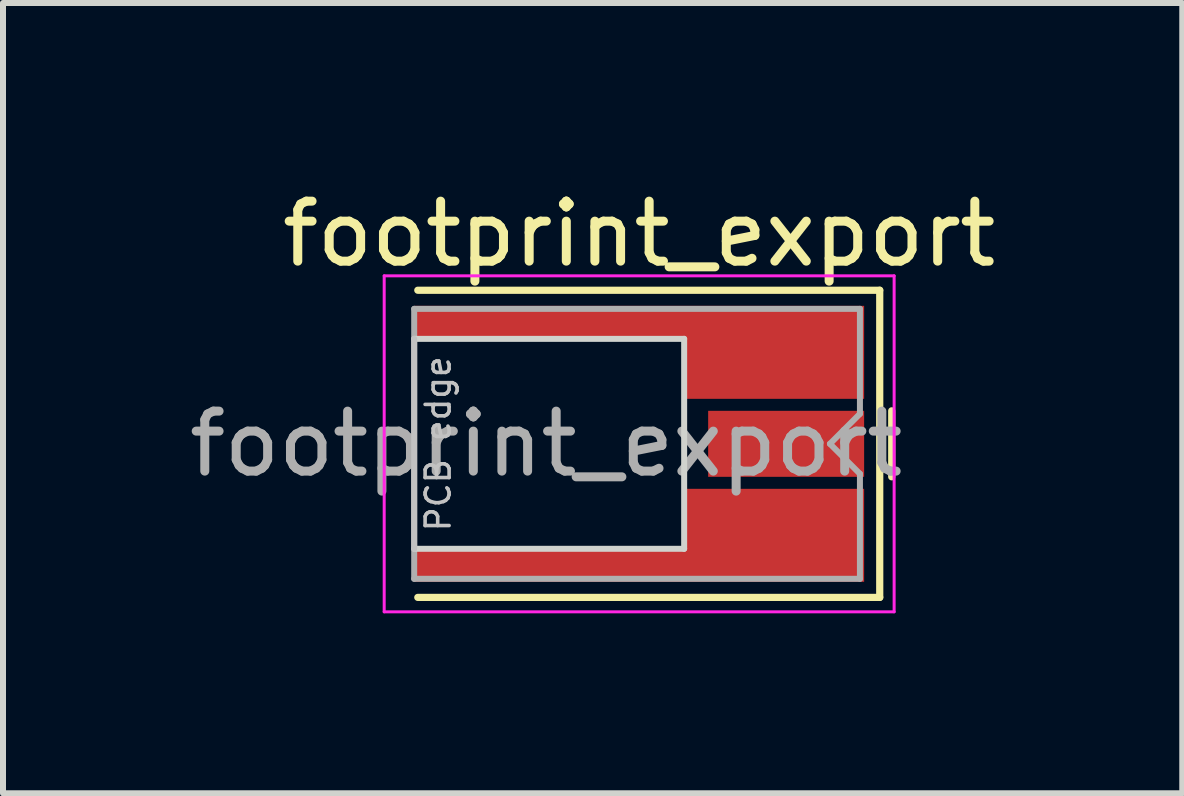
<source format=kicad_pcb>
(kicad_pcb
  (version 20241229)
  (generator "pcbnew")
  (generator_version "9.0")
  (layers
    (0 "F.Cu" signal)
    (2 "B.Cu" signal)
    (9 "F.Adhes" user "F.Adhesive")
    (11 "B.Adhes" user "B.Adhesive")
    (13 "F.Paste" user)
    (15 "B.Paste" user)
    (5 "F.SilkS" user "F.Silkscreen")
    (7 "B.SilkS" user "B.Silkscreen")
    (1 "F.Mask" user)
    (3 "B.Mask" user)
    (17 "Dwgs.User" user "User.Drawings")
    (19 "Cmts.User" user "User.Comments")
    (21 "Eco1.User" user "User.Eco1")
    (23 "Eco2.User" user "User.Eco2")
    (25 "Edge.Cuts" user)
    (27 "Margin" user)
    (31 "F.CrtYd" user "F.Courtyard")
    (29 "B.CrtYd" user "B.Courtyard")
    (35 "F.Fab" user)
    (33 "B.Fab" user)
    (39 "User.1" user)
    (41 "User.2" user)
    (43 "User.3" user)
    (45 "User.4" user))
  (footprint "footprint_export"
    (layer "F.Cu")
    (at 7.604 4.348)
    (property "Reference" "footprint_export" (at 0 -3.5 0) (layer "F.SilkS") (effects (font (size 1 1) (thickness 0.15))))
    (attr smd)
    (fp_line (start -3.69 -2.56) (end 4.01 -2.56) (stroke (width 0.12) (type solid)) (layer "F.SilkS"))
    (fp_line (start -3.69 2.56) (end 4.01 2.56) (stroke (width 0.12) (type solid)) (layer "F.SilkS"))
    (fp_line (start 4.01 2.56) (end 4.01 -2.56) (stroke (width 0.12) (type solid)) (layer "F.SilkS"))
    (fp_line (start 4.21 -0.55) (end 4.21 0.55) (stroke (width 0.12) (type solid)) (layer "F.SilkS"))
    (fp_line (start -3.75 1.75) (end -3.75 -1.75) (stroke (width 0.1) (type solid)) (layer "Dwgs.User"))
    (fp_line (start -3.75 1.75) (end 0.75 1.75) (stroke (width 0.1) (type solid)) (layer "Edge.Cuts"))
    (fp_line (start 0.75 -1.75) (end -3.75 -1.75) (stroke (width 0.1) (type solid)) (layer "Edge.Cuts"))
    (fp_line (start 0.75 1.75) (end 0.75 -1.75) (stroke (width 0.1) (type solid)) (layer "Edge.Cuts"))
    (fp_line (start -4.25 -2.8) (end -4.25 2.8) (stroke (width 0.05) (type solid)) (layer "F.CrtYd"))
    (fp_line (start -4.25 -2.8) (end 4.25 -2.8) (stroke (width 0.05) (type solid)) (layer "F.CrtYd"))
    (fp_line (start -4.25 2.8) (end 4.25 2.8) (stroke (width 0.05) (type solid)) (layer "F.CrtYd"))
    (fp_line (start 4.25 -2.8) (end 4.25 2.8) (stroke (width 0.05) (type solid)) (layer "F.CrtYd"))
    (fp_line (start -3.75 -2.25) (end -3.75 2.25) (stroke (width 0.1) (type solid)) (layer "F.Fab"))
    (fp_line (start -3.75 -2.25) (end 3.68 -2.25) (stroke (width 0.1) (type solid)) (layer "F.Fab"))
    (fp_line (start -3.75 2.25) (end 3.68 2.25) (stroke (width 0.1) (type solid)) (layer "F.Fab"))
    (fp_line (start 3.18 0) (end 3.68 -0.5) (stroke (width 0.1) (type solid)) (layer "F.Fab"))
    (fp_line (start 3.18 0) (end 3.68 0.5) (stroke (width 0.1) (type solid)) (layer "F.Fab"))
    (fp_line (start 3.68 -0.5) (end 3.68 -2.25) (stroke (width 0.1) (type solid)) (layer "F.Fab"))
    (fp_line (start 3.68 2.25) (end 3.68 0.5) (stroke (width 0.1) (type solid)) (layer "F.Fab"))
    (fp_text user "PCB edge" (at -3.35 0 90) (layer "Dwgs.User") (effects (font (size 0.4 0.4) (thickness 0.06))))
    (fp_text user "${REFERENCE}" (at -1.55 0 0) (layer "F.Fab") (effects (font (size 1 1) (thickness 0.15))))
    (pad "1" smd rect (at 2.45 0) (size 2.6 1.1) (layers "F.Cu" "F.Mask" "F.Paste"))
    (pad "2" smd custom (at 2.25 -1.525) (size 3 1.55) (layers "F.Cu" "F.Mask" "F.Paste") (options (anchor rect)) (primitives (gr_poly (pts (xy -1.5 -0.225) (xy -6 -0.225) (xy -6 -0.775) (xy -1.5 -0.775)) (width 0) (fill yes))))
    (pad "2" smd custom (at 2.25 1.525) (size 3 1.55) (layers "F.Cu" "F.Mask" "F.Paste") (options (anchor rect)) (primitives (gr_poly (pts (xy -1.5 0.775) (xy -6 0.775) (xy -6 0.225) (xy -1.5 0.225)) (width 0) (fill yes)))))
  (gr_rect
    (start -3 -3)
    (end 16.657 10.173)
    (stroke (width 0.1) (type default))
    (fill no)
    (layer "Edge.Cuts")))
</source>
